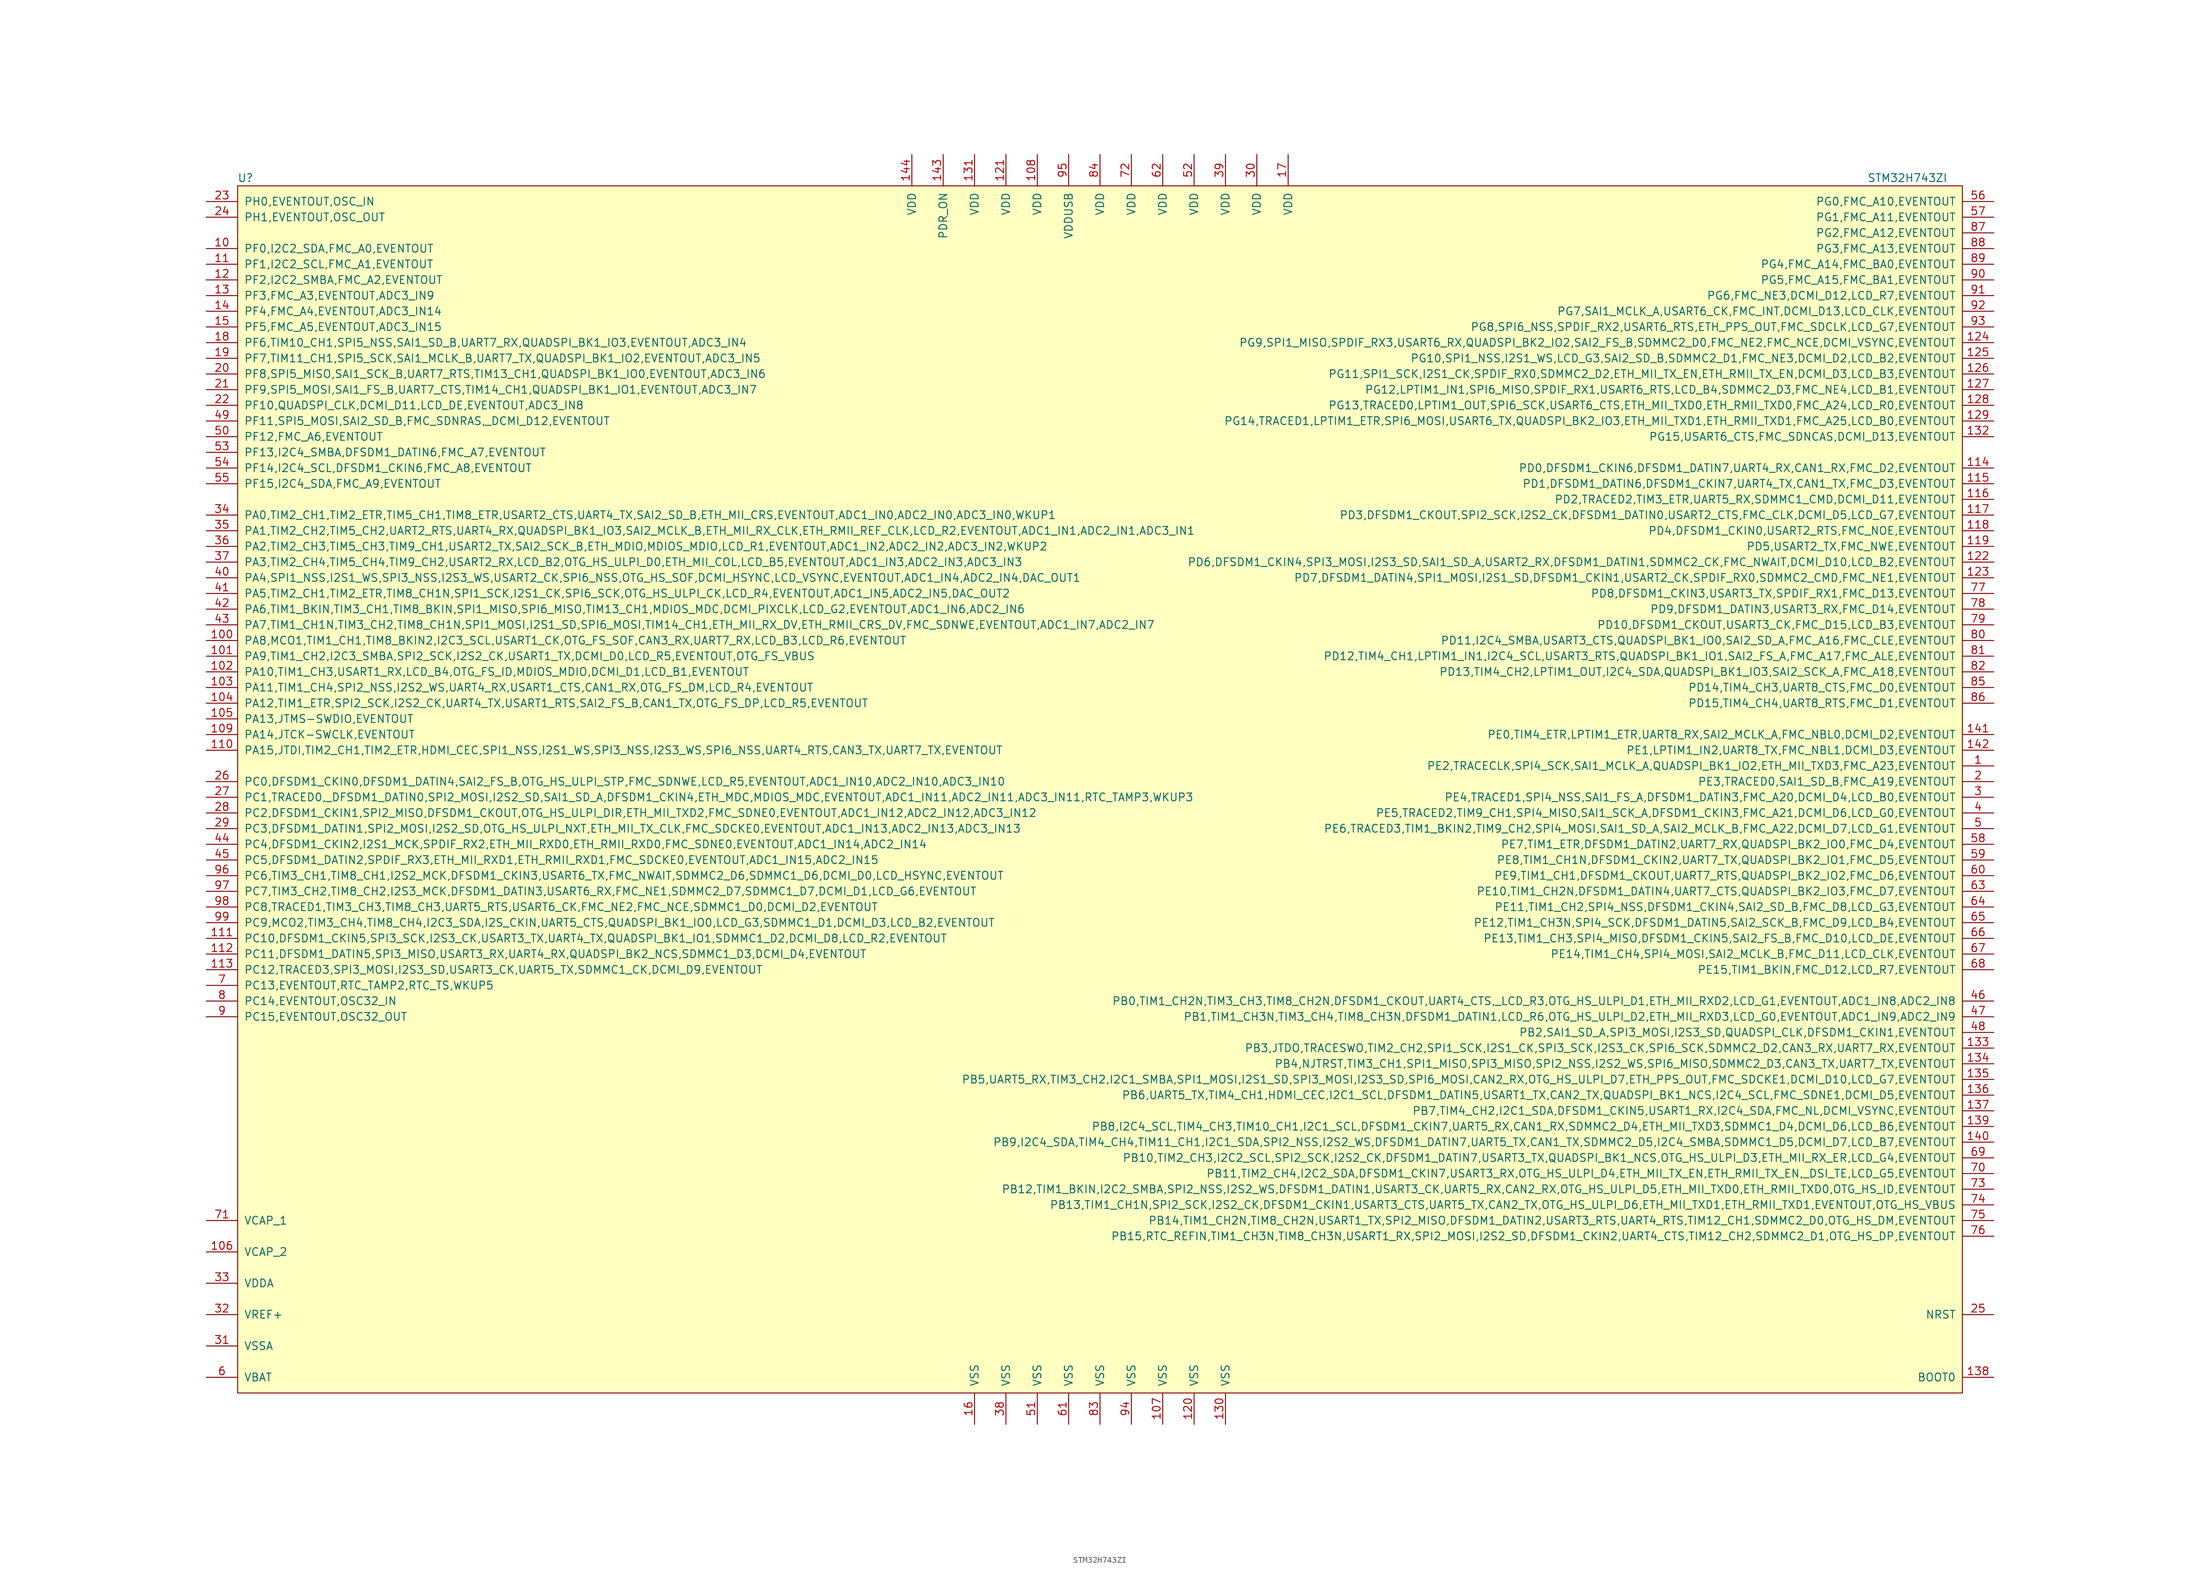
<source format=kicad_sym>
(kicad_symbol_lib
  (version 20211014)
  (generator kicad_symbol_editor)
  (symbol "STM32H743ZI"
    (pin_names
      (offset 1.016))
    (property "Reference" "U"
      (at -138.43 99.06 0)
      (effects (font (size 1.27 1.27))))
    (property "Value" "STM32H743ZI"
      (at 130.81 99.06 0)
      (effects (font (size 1.27 1.27))))
    (symbol "STM32H743ZI_0_0"
      (pin bidirectional line (at 144.78 3.81 180) (length 5.08) (name "PE2,TRACECLK,SPI4_SCK,SAI1_MCLK_A,QUADSPI_BK1_IO2,ETH_MII_TXD3,FMC_A23,EVENTOUT" (effects (font (size 1.27 1.27)))) (number "1" (effects (font (size 1.27 1.27)))))
      (pin bidirectional line (at -144.78 87.63 0) (length 5.08) (name "PF0,I2C2_SDA,FMC_A0,EVENTOUT" (effects (font (size 1.27 1.27)))) (number "10" (effects (font (size 1.27 1.27)))))
      (pin bidirectional line (at -144.78 24.13 0) (length 5.08) (name "PA8,MCO1,TIM1_CH1,TIM8_BKIN2,I2C3_SCL,USART1_CK,OTG_FS_SOF,CAN3_RX,UART7_RX,LCD_B3,LCD_R6,EVENTOUT" (effects (font (size 1.27 1.27)))) (number "100" (effects (font (size 1.27 1.27)))))
      (pin bidirectional line (at -144.78 21.59 0) (length 5.08) (name "PA9,TIM1_CH2,I2C3_SMBA,SPI2_SCK,I2S2_CK,USART1_TX,DCMI_D0,LCD_R5,EVENTOUT,OTG_FS_VBUS" (effects (font (size 1.27 1.27)))) (number "101" (effects (font (size 1.27 1.27)))))
      (pin bidirectional line (at -144.78 19.05 0) (length 5.08) (name "PA10,TIM1_CH3,USART1_RX,LCD_B4,OTG_FS_ID,MDIOS_MDIO,DCMI_D1,LCD_B1,EVENTOUT" (effects (font (size 1.27 1.27)))) (number "102" (effects (font (size 1.27 1.27)))))
      (pin bidirectional line (at -144.78 16.51 0) (length 5.08) (name "PA11,TIM1_CH4,SPI2_NSS,I2S2_WS,UART4_RX,USART1_CTS,CAN1_RX,OTG_FS_DM,LCD_R4,EVENTOUT" (effects (font (size 1.27 1.27)))) (number "103" (effects (font (size 1.27 1.27)))))
      (pin bidirectional line (at -144.78 13.97 0) (length 5.08) (name "PA12,TIM1_ETR,SPI2_SCK,I2S2_CK,UART4_TX,USART1_RTS,SAI2_FS_B,CAN1_TX,OTG_FS_DP,LCD_R5,EVENTOUT" (effects (font (size 1.27 1.27)))) (number "104" (effects (font (size 1.27 1.27)))))
      (pin bidirectional line (at -144.78 11.43 0) (length 5.08) (name "PA13,JTMS-SWDIO,EVENTOUT" (effects (font (size 1.27 1.27)))) (number "105" (effects (font (size 1.27 1.27)))))
      (pin passive line (at -144.78 -74.93 0) (length 5.08) (name "VCAP_2" (effects (font (size 1.27 1.27)))) (number "106" (effects (font (size 1.27 1.27)))))
      (pin passive line (at 10.16 -102.87 90) (length 5.08) (name "VSS" (effects (font (size 1.27 1.27)))) (number "107" (effects (font (size 1.27 1.27)))))
      (pin power_in line (at -10.16 102.87 270) (length 5.08) (name "VDD" (effects (font (size 1.27 1.27)))) (number "108" (effects (font (size 1.27 1.27)))))
      (pin bidirectional line (at -144.78 8.89 0) (length 5.08) (name "PA14,JTCK-SWCLK,EVENTOUT" (effects (font (size 1.27 1.27)))) (number "109" (effects (font (size 1.27 1.27)))))
      (pin bidirectional line (at -144.78 85.09 0) (length 5.08) (name "PF1,I2C2_SCL,FMC_A1,EVENTOUT" (effects (font (size 1.27 1.27)))) (number "11" (effects (font (size 1.27 1.27)))))
      (pin bidirectional line (at -144.78 6.35 0) (length 5.08) (name "PA15,JTDI,TIM2_CH1,TIM2_ETR,HDMI_CEC,SPI1_NSS,I2S1_WS,SPI3_NSS,I2S3_WS,SPI6_NSS,UART4_RTS,CAN3_TX,UART7_TX,EVENTOUT" (effects (font (size 1.27 1.27)))) (number "110" (effects (font (size 1.27 1.27)))))
      (pin bidirectional line (at -144.78 -24.13 0) (length 5.08) (name "PC10,DFSDM1_CKIN5,SPI3_SCK,I2S3_CK,USART3_TX,UART4_TX,QUADSPI_BK1_IO1,SDMMC1_D2,DCMI_D8,LCD_R2,EVENTOUT" (effects (font (size 1.27 1.27)))) (number "111" (effects (font (size 1.27 1.27)))))
      (pin bidirectional line (at -144.78 -26.67 0) (length 5.08) (name "PC11,DFSDM1_DATIN5,SPI3_MISO,USART3_RX,UART4_RX,QUADSPI_BK2_NCS,SDMMC1_D3,DCMI_D4,EVENTOUT" (effects (font (size 1.27 1.27)))) (number "112" (effects (font (size 1.27 1.27)))))
      (pin bidirectional line (at -144.78 -29.21 0) (length 5.08) (name "PC12,TRACED3,SPI3_MOSI,I2S3_SD,USART3_CK,UART5_TX,SDMMC1_CK,DCMI_D9,EVENTOUT" (effects (font (size 1.27 1.27)))) (number "113" (effects (font (size 1.27 1.27)))))
      (pin bidirectional line (at 144.78 52.07 180) (length 5.08) (name "PD0,DFSDM1_CKIN6,DFSDM1_DATIN7,UART4_RX,CAN1_RX,FMC_D2,EVENTOUT" (effects (font (size 1.27 1.27)))) (number "114" (effects (font (size 1.27 1.27)))))
      (pin bidirectional line (at 144.78 49.53 180) (length 5.08) (name "PD1,DFSDM1_DATIN6,DFSDM1_CKIN7,UART4_TX,CAN1_TX,FMC_D3,EVENTOUT" (effects (font (size 1.27 1.27)))) (number "115" (effects (font (size 1.27 1.27)))))
      (pin bidirectional line (at 144.78 46.99 180) (length 5.08) (name "PD2,TRACED2,TIM3_ETR,UART5_RX,SDMMC1_CMD,DCMI_D11,EVENTOUT" (effects (font (size 1.27 1.27)))) (number "116" (effects (font (size 1.27 1.27)))))
      (pin bidirectional line (at 144.78 44.45 180) (length 5.08) (name "PD3,DFSDM1_CKOUT,SPI2_SCK,I2S2_CK,DFSDM1_DATIN0,USART2_CTS,FMC_CLK,DCMI_D5,LCD_G7,EVENTOUT" (effects (font (size 1.27 1.27)))) (number "117" (effects (font (size 1.27 1.27)))))
      (pin bidirectional line (at 144.78 41.91 180) (length 5.08) (name "PD4,DFSDM1_CKIN0,USART2_RTS,FMC_NOE,EVENTOUT" (effects (font (size 1.27 1.27)))) (number "118" (effects (font (size 1.27 1.27)))))
      (pin bidirectional line (at 144.78 39.37 180) (length 5.08) (name "PD5,USART2_TX,FMC_NWE,EVENTOUT" (effects (font (size 1.27 1.27)))) (number "119" (effects (font (size 1.27 1.27)))))
      (pin bidirectional line (at -144.78 82.55 0) (length 5.08) (name "PF2,I2C2_SMBA,FMC_A2,EVENTOUT" (effects (font (size 1.27 1.27)))) (number "12" (effects (font (size 1.27 1.27)))))
      (pin passive line (at 15.24 -102.87 90) (length 5.08) (name "VSS" (effects (font (size 1.27 1.27)))) (number "120" (effects (font (size 1.27 1.27)))))
      (pin power_in line (at -15.24 102.87 270) (length 5.08) (name "VDD" (effects (font (size 1.27 1.27)))) (number "121" (effects (font (size 1.27 1.27)))))
      (pin bidirectional line (at 144.78 36.83 180) (length 5.08) (name "PD6,DFSDM1_CKIN4,SPI3_MOSI,I2S3_SD,SAI1_SD_A,USART2_RX,DFSDM1_DATIN1,SDMMC2_CK,FMC_NWAIT,DCMI_D10,LCD_B2,EVENTOUT" (effects (font (size 1.27 1.27)))) (number "122" (effects (font (size 1.27 1.27)))))
      (pin bidirectional line (at 144.78 34.29 180) (length 5.08) (name "PD7,DFSDM1_DATIN4,SPI1_MOSI,I2S1_SD,DFSDM1_CKIN1,USART2_CK,SPDIF_RX0,SDMMC2_CMD,FMC_NE1,EVENTOUT" (effects (font (size 1.27 1.27)))) (number "123" (effects (font (size 1.27 1.27)))))
      (pin bidirectional line (at 144.78 72.39 180) (length 5.08) (name "PG9,SPI1_MISO,SPDIF_RX3,USART6_RX,QUADSPI_BK2_IO2,SAI2_FS_B,SDMMC2_D0,FMC_NE2,FMC_NCE,DCMI_VSYNC,EVENTOUT" (effects (font (size 1.27 1.27)))) (number "124" (effects (font (size 1.27 1.27)))))
      (pin bidirectional line (at 144.78 69.85 180) (length 5.08) (name "PG10,SPI1_NSS,I2S1_WS,LCD_G3,SAI2_SD_B,SDMMC2_D1,FMC_NE3,DCMI_D2,LCD_B2,EVENTOUT" (effects (font (size 1.27 1.27)))) (number "125" (effects (font (size 1.27 1.27)))))
      (pin bidirectional line (at 144.78 67.31 180) (length 5.08) (name "PG11,SPI1_SCK,I2S1_CK,SPDIF_RX0,SDMMC2_D2,ETH_MII_TX_EN,ETH_RMII_TX_EN,DCMI_D3,LCD_B3,EVENTOUT" (effects (font (size 1.27 1.27)))) (number "126" (effects (font (size 1.27 1.27)))))
      (pin bidirectional line (at 144.78 64.77 180) (length 5.08) (name "PG12,LPTIM1_IN1,SPI6_MISO,SPDIF_RX1,USART6_RTS,LCD_B4,SDMMC2_D3,FMC_NE4,LCD_B1,EVENTOUT" (effects (font (size 1.27 1.27)))) (number "127" (effects (font (size 1.27 1.27)))))
      (pin bidirectional line (at 144.78 62.23 180) (length 5.08) (name "PG13,TRACED0,LPTIM1_OUT,SPI6_SCK,USART6_CTS,ETH_MII_TXD0,ETH_RMII_TXD0,FMC_A24,LCD_R0,EVENTOUT" (effects (font (size 1.27 1.27)))) (number "128" (effects (font (size 1.27 1.27)))))
      (pin bidirectional line (at 144.78 59.69 180) (length 5.08) (name "PG14,TRACED1,LPTIM1_ETR,SPI6_MOSI,USART6_TX,QUADSPI_BK2_IO3,ETH_MII_TXD1,ETH_RMII_TXD1,FMC_A25,LCD_B0,EVENTOUT" (effects (font (size 1.27 1.27)))) (number "129" (effects (font (size 1.27 1.27)))))
      (pin bidirectional line (at -144.78 80.01 0) (length 5.08) (name "PF3,FMC_A3,EVENTOUT,ADC3_IN9" (effects (font (size 1.27 1.27)))) (number "13" (effects (font (size 1.27 1.27)))))
      (pin passive line (at 20.32 -102.87 90) (length 5.08) (name "VSS" (effects (font (size 1.27 1.27)))) (number "130" (effects (font (size 1.27 1.27)))))
      (pin power_in line (at -20.32 102.87 270) (length 5.08) (name "VDD" (effects (font (size 1.27 1.27)))) (number "131" (effects (font (size 1.27 1.27)))))
      (pin bidirectional line (at 144.78 57.15 180) (length 5.08) (name "PG15,USART6_CTS,FMC_SDNCAS,DCMI_D13,EVENTOUT" (effects (font (size 1.27 1.27)))) (number "132" (effects (font (size 1.27 1.27)))))
      (pin bidirectional line (at 144.78 -41.91 180) (length 5.08) (name "PB3,JTDO,TRACESWO,TIM2_CH2,SPI1_SCK,I2S1_CK,SPI3_SCK,I2S3_CK,SPI6_SCK,SDMMC2_D2,CAN3_RX,UART7_RX,EVENTOUT" (effects (font (size 1.27 1.27)))) (number "133" (effects (font (size 1.27 1.27)))))
      (pin bidirectional line (at 144.78 -44.45 180) (length 5.08) (name "PB4,NJTRST,TIM3_CH1,SPI1_MISO,SPI3_MISO,SPI2_NSS,I2S2_WS,SPI6_MISO,SDMMC2_D3,CAN3_TX,UART7_TX,EVENTOUT" (effects (font (size 1.27 1.27)))) (number "134" (effects (font (size 1.27 1.27)))))
      (pin bidirectional line (at 144.78 -46.99 180) (length 5.08) (name "PB5,UART5_RX,TIM3_CH2,I2C1_SMBA,SPI1_MOSI,I2S1_SD,SPI3_MOSI,I2S3_SD,SPI6_MOSI,CAN2_RX,OTG_HS_ULPI_D7,ETH_PPS_OUT,FMC_SDCKE1,DCMI_D10,LCD_G7,EVENTOUT" (effects (font (size 1.27 1.27)))) (number "135" (effects (font (size 1.27 1.27)))))
      (pin bidirectional line (at 144.78 -49.53 180) (length 5.08) (name "PB6,UART5_TX,TIM4_CH1,HDMI_CEC,I2C1_SCL,DFSDM1_DATIN5,USART1_TX,CAN2_TX,QUADSPI_BK1_NCS,I2C4_SCL,FMC_SDNE1,DCMI_D5,EVENTOUT" (effects (font (size 1.27 1.27)))) (number "136" (effects (font (size 1.27 1.27)))))
      (pin bidirectional line (at 144.78 -52.07 180) (length 5.08) (name "PB7,TIM4_CH2,I2C1_SDA,DFSDM1_CKIN5,USART1_RX,I2C4_SDA,FMC_NL,DCMI_VSYNC,EVENTOUT" (effects (font (size 1.27 1.27)))) (number "137" (effects (font (size 1.27 1.27)))))
      (pin input line (at 144.78 -95.25 180) (length 5.08) (name "BOOT0" (effects (font (size 1.27 1.27)))) (number "138" (effects (font (size 1.27 1.27)))))
      (pin bidirectional line (at 144.78 -54.61 180) (length 5.08) (name "PB8,I2C4_SCL,TIM4_CH3,TIM10_CH1,I2C1_SCL,DFSDM1_CKIN7,UART5_RX,CAN1_RX,SDMMC2_D4,ETH_MII_TXD3,SDMMC1_D4,DCMI_D6,LCD_B6,EVENTOUT" (effects (font (size 1.27 1.27)))) (number "139" (effects (font (size 1.27 1.27)))))
      (pin bidirectional line (at -144.78 77.47 0) (length 5.08) (name "PF4,FMC_A4,EVENTOUT,ADC3_IN14" (effects (font (size 1.27 1.27)))) (number "14" (effects (font (size 1.27 1.27)))))
      (pin bidirectional line (at 144.78 -57.15 180) (length 5.08) (name "PB9,I2C4_SDA,TIM4_CH4,TIM11_CH1,I2C1_SDA,SPI2_NSS,I2S2_WS,DFSDM1_DATIN7,UART5_TX,CAN1_TX,SDMMC2_D5,I2C4_SMBA,SDMMC1_D5,DCMI_D7,LCD_B7,EVENTOUT" (effects (font (size 1.27 1.27)))) (number "140" (effects (font (size 1.27 1.27)))))
      (pin bidirectional line (at 144.78 8.89 180) (length 5.08) (name "PE0,TIM4_ETR,LPTIM1_ETR,UART8_RX,SAI2_MCLK_A,FMC_NBL0,DCMI_D2,EVENTOUT" (effects (font (size 1.27 1.27)))) (number "141" (effects (font (size 1.27 1.27)))))
      (pin bidirectional line (at 144.78 6.35 180) (length 5.08) (name "PE1,LPTIM1_IN2,UART8_TX,FMC_NBL1,DCMI_D3,EVENTOUT" (effects (font (size 1.27 1.27)))) (number "142" (effects (font (size 1.27 1.27)))))
      (pin passive line (at -25.4 102.87 270) (length 5.08) (name "PDR_ON" (effects (font (size 1.27 1.27)))) (number "143" (effects (font (size 1.27 1.27)))))
      (pin power_in line (at -30.48 102.87 270) (length 5.08) (name "VDD" (effects (font (size 1.27 1.27)))) (number "144" (effects (font (size 1.27 1.27)))))
      (pin bidirectional line (at -144.78 74.93 0) (length 5.08) (name "PF5,FMC_A5,EVENTOUT,ADC3_IN15" (effects (font (size 1.27 1.27)))) (number "15" (effects (font (size 1.27 1.27)))))
      (pin passive line (at -20.32 -102.87 90) (length 5.08) (name "VSS" (effects (font (size 1.27 1.27)))) (number "16" (effects (font (size 1.27 1.27)))))
      (pin power_in line (at 30.48 102.87 270) (length 5.08) (name "VDD" (effects (font (size 1.27 1.27)))) (number "17" (effects (font (size 1.27 1.27)))))
      (pin bidirectional line (at -144.78 72.39 0) (length 5.08) (name "PF6,TIM10_CH1,SPI5_NSS,SAI1_SD_B,UART7_RX,QUADSPI_BK1_IO3,EVENTOUT,ADC3_IN4" (effects (font (size 1.27 1.27)))) (number "18" (effects (font (size 1.27 1.27)))))
      (pin bidirectional line (at -144.78 69.85 0) (length 5.08) (name "PF7,TIM11_CH1,SPI5_SCK,SAI1_MCLK_B,UART7_TX,QUADSPI_BK1_IO2,EVENTOUT,ADC3_IN5" (effects (font (size 1.27 1.27)))) (number "19" (effects (font (size 1.27 1.27)))))
      (pin bidirectional line (at 144.78 1.27 180) (length 5.08) (name "PE3,TRACED0,SAI1_SD_B,FMC_A19,EVENTOUT" (effects (font (size 1.27 1.27)))) (number "2" (effects (font (size 1.27 1.27)))))
      (pin bidirectional line (at -144.78 67.31 0) (length 5.08) (name "PF8,SPI5_MISO,SAI1_SCK_B,UART7_RTS,TIM13_CH1,QUADSPI_BK1_IO0,EVENTOUT,ADC3_IN6" (effects (font (size 1.27 1.27)))) (number "20" (effects (font (size 1.27 1.27)))))
      (pin bidirectional line (at -144.78 64.77 0) (length 5.08) (name "PF9,SPI5_MOSI,SAI1_FS_B,UART7_CTS,TIM14_CH1,QUADSPI_BK1_IO1,EVENTOUT,ADC3_IN7" (effects (font (size 1.27 1.27)))) (number "21" (effects (font (size 1.27 1.27)))))
      (pin bidirectional line (at -144.78 62.23 0) (length 5.08) (name "PF10,QUADSPI_CLK,DCMI_D11,LCD_DE,EVENTOUT,ADC3_IN8" (effects (font (size 1.27 1.27)))) (number "22" (effects (font (size 1.27 1.27)))))
      (pin bidirectional line (at -144.78 95.25 0) (length 5.08) (name "PH0,EVENTOUT,OSC_IN" (effects (font (size 1.27 1.27)))) (number "23" (effects (font (size 1.27 1.27)))))
      (pin bidirectional line (at -144.78 92.71 0) (length 5.08) (name "PH1,EVENTOUT,OSC_OUT" (effects (font (size 1.27 1.27)))) (number "24" (effects (font (size 1.27 1.27)))))
      (pin input line (at 144.78 -85.09 180) (length 5.08) (name "NRST" (effects (font (size 1.27 1.27)))) (number "25" (effects (font (size 1.27 1.27)))))
      (pin bidirectional line (at -144.78 1.27 0) (length 5.08) (name "PC0,DFSDM1_CKIN0,DFSDM1_DATIN4,SAI2_FS_B,OTG_HS_ULPI_STP,FMC_SDNWE,LCD_R5,EVENTOUT,ADC1_IN10,ADC2_IN10,ADC3_IN10" (effects (font (size 1.27 1.27)))) (number "26" (effects (font (size 1.27 1.27)))))
      (pin bidirectional line (at -144.78 -1.27 0) (length 5.08) (name "PC1,TRACED0,_DFSDM1_DATIN0,SPI2_MOSI,I2S2_SD,SAI1_SD_A,DFSDM1_CKIN4,ETH_MDC,MDIOS_MDC,EVENTOUT,ADC1_IN11,ADC2_IN11,ADC3_IN11,RTC_TAMP3,WKUP3" (effects (font (size 1.27 1.27)))) (number "27" (effects (font (size 1.27 1.27)))))
      (pin bidirectional line (at -144.78 -3.81 0) (length 5.08) (name "PC2,DFSDM1_CKIN1,SPI2_MISO,DFSDM1_CKOUT,OTG_HS_ULPI_DIR,ETH_MII_TXD2,FMC_SDNE0,EVENTOUT,ADC1_IN12,ADC2_IN12,ADC3_IN12" (effects (font (size 1.27 1.27)))) (number "28" (effects (font (size 1.27 1.27)))))
      (pin bidirectional line (at -144.78 -6.35 0) (length 5.08) (name "PC3,DFSDM1_DATIN1,SPI2_MOSI,I2S2_SD,OTG_HS_ULPI_NXT,ETH_MII_TX_CLK,FMC_SDCKE0,EVENTOUT,ADC1_IN13,ADC2_IN13,ADC3_IN13" (effects (font (size 1.27 1.27)))) (number "29" (effects (font (size 1.27 1.27)))))
      (pin bidirectional line (at 144.78 -1.27 180) (length 5.08) (name "PE4,TRACED1,SPI4_NSS,SAI1_FS_A,DFSDM1_DATIN3,FMC_A20,DCMI_D4,LCD_B0,EVENTOUT" (effects (font (size 1.27 1.27)))) (number "3" (effects (font (size 1.27 1.27)))))
      (pin power_in line (at 25.4 102.87 270) (length 5.08) (name "VDD" (effects (font (size 1.27 1.27)))) (number "30" (effects (font (size 1.27 1.27)))))
      (pin passive line (at -144.78 -90.17 0) (length 5.08) (name "VSSA" (effects (font (size 1.27 1.27)))) (number "31" (effects (font (size 1.27 1.27)))))
      (pin passive line (at -144.78 -85.09 0) (length 5.08) (name "VREF+" (effects (font (size 1.27 1.27)))) (number "32" (effects (font (size 1.27 1.27)))))
      (pin passive line (at -144.78 -80.01 0) (length 5.08) (name "VDDA" (effects (font (size 1.27 1.27)))) (number "33" (effects (font (size 1.27 1.27)))))
      (pin bidirectional line (at -144.78 44.45 0) (length 5.08) (name "PA0,TIM2_CH1,TIM2_ETR,TIM5_CH1,TIM8_ETR,USART2_CTS,UART4_TX,SAI2_SD_B,ETH_MII_CRS,EVENTOUT,ADC1_IN0,ADC2_IN0,ADC3_IN0,WKUP1" (effects (font (size 1.27 1.27)))) (number "34" (effects (font (size 1.27 1.27)))))
      (pin bidirectional line (at -144.78 41.91 0) (length 5.08) (name "PA1,TIM2_CH2,TIM5_CH2,UART2_RTS,UART4_RX,QUADSPI_BK1_IO3,SAI2_MCLK_B,ETH_MII_RX_CLK,ETH_RMII_REF_CLK,LCD_R2,EVENTOUT,ADC1_IN1,ADC2_IN1,ADC3_IN1" (effects (font (size 1.27 1.27)))) (number "35" (effects (font (size 1.27 1.27)))))
      (pin bidirectional line (at -144.78 39.37 0) (length 5.08) (name "PA2,TIM2_CH3,TIM5_CH3,TIM9_CH1,USART2_TX,SAI2_SCK_B,ETH_MDIO,MDIOS_MDIO,LCD_R1,EVENTOUT,ADC1_IN2,ADC2_IN2,ADC3_IN2,WKUP2" (effects (font (size 1.27 1.27)))) (number "36" (effects (font (size 1.27 1.27)))))
      (pin bidirectional line (at -144.78 36.83 0) (length 5.08) (name "PA3,TIM2_CH4,TIM5_CH4,TIM9_CH2,USART2_RX,LCD_B2,OTG_HS_ULPI_D0,ETH_MII_COL,LCD_B5,EVENTOUT,ADC1_IN3,ADC2_IN3,ADC3_IN3" (effects (font (size 1.27 1.27)))) (number "37" (effects (font (size 1.27 1.27)))))
      (pin passive line (at -15.24 -102.87 90) (length 5.08) (name "VSS" (effects (font (size 1.27 1.27)))) (number "38" (effects (font (size 1.27 1.27)))))
      (pin power_in line (at 20.32 102.87 270) (length 5.08) (name "VDD" (effects (font (size 1.27 1.27)))) (number "39" (effects (font (size 1.27 1.27)))))
      (pin bidirectional line (at 144.78 -3.81 180) (length 5.08) (name "PE5,TRACED2,TIM9_CH1,SPI4_MISO,SAI1_SCK_A,DFSDM1_CKIN3,FMC_A21,DCMI_D6,LCD_G0,EVENTOUT" (effects (font (size 1.27 1.27)))) (number "4" (effects (font (size 1.27 1.27)))))
      (pin bidirectional line (at -144.78 34.29 0) (length 5.08) (name "PA4,SPI1_NSS,I2S1_WS,SPI3_NSS,I2S3_WS,USART2_CK,SPI6_NSS,OTG_HS_SOF,DCMI_HSYNC,LCD_VSYNC,EVENTOUT,ADC1_IN4,ADC2_IN4,DAC_OUT1" (effects (font (size 1.27 1.27)))) (number "40" (effects (font (size 1.27 1.27)))))
      (pin bidirectional line (at -144.78 31.75 0) (length 5.08) (name "PA5,TIM2_CH1,TIM2_ETR,TIM8_CH1N,SPI1_SCK,I2S1_CK,SPI6_SCK,OTG_HS_ULPI_CK,LCD_R4,EVENTOUT,ADC1_IN5,ADC2_IN5,DAC_OUT2" (effects (font (size 1.27 1.27)))) (number "41" (effects (font (size 1.27 1.27)))))
      (pin bidirectional line (at -144.78 29.21 0) (length 5.08) (name "PA6,TIM1_BKIN,TIM3_CH1,TIM8_BKIN,SPI1_MISO,SPI6_MISO,TIM13_CH1,MDIOS_MDC,DCMI_PIXCLK,LCD_G2,EVENTOUT,ADC1_IN6,ADC2_IN6" (effects (font (size 1.27 1.27)))) (number "42" (effects (font (size 1.27 1.27)))))
      (pin bidirectional line (at -144.78 26.67 0) (length 5.08) (name "PA7,TIM1_CH1N,TIM3_CH2,TIM8_CH1N,SPI1_MOSI,I2S1_SD,SPI6_MOSI,TIM14_CH1,ETH_MII_RX_DV,ETH_RMII_CRS_DV,FMC_SDNWE,EVENTOUT,ADC1_IN7,ADC2_IN7" (effects (font (size 1.27 1.27)))) (number "43" (effects (font (size 1.27 1.27)))))
      (pin bidirectional line (at -144.78 -8.89 0) (length 5.08) (name "PC4,DFSDM1_CKIN2,I2S1_MCK,SPDIF_RX2,ETH_MII_RXD0,ETH_RMII_RXD0,FMC_SDNE0,EVENTOUT,ADC1_IN14,ADC2_IN14" (effects (font (size 1.27 1.27)))) (number "44" (effects (font (size 1.27 1.27)))))
      (pin bidirectional line (at -144.78 -11.43 0) (length 5.08) (name "PC5,DFSDM1_DATIN2,SPDIF_RX3,ETH_MII_RXD1,ETH_RMII_RXD1,FMC_SDCKE0,EVENTOUT,ADC1_IN15,ADC2_IN15" (effects (font (size 1.27 1.27)))) (number "45" (effects (font (size 1.27 1.27)))))
      (pin bidirectional line (at 144.78 -34.29 180) (length 5.08) (name "PB0,TIM1_CH2N,TIM3_CH3,TIM8_CH2N,DFSDM1_CKOUT,UART4_CTS,_LCD_R3,OTG_HS_ULPI_D1,ETH_MII_RXD2,LCD_G1,EVENTOUT,ADC1_IN8,ADC2_IN8" (effects (font (size 1.27 1.27)))) (number "46" (effects (font (size 1.27 1.27)))))
      (pin bidirectional line (at 144.78 -36.83 180) (length 5.08) (name "PB1,TIM1_CH3N,TIM3_CH4,TIM8_CH3N,DFSDM1_DATIN1,LCD_R6,OTG_HS_ULPI_D2,ETH_MII_RXD3,LCD_G0,EVENTOUT,ADC1_IN9,ADC2_IN9" (effects (font (size 1.27 1.27)))) (number "47" (effects (font (size 1.27 1.27)))))
      (pin bidirectional line (at 144.78 -39.37 180) (length 5.08) (name "PB2,SAI1_SD_A,SPI3_MOSI,I2S3_SD,QUADSPI_CLK,DFSDM1_CKIN1,EVENTOUT" (effects (font (size 1.27 1.27)))) (number "48" (effects (font (size 1.27 1.27)))))
      (pin bidirectional line (at -144.78 59.69 0) (length 5.08) (name "PF11,SPI5_MOSI,SAI2_SD_B,FMC_SDNRAS,_DCMI_D12,EVENTOUT" (effects (font (size 1.27 1.27)))) (number "49" (effects (font (size 1.27 1.27)))))
      (pin bidirectional line (at 144.78 -6.35 180) (length 5.08) (name "PE6,TRACED3,TIM1_BKIN2,TIM9_CH2,SPI4_MOSI,SAI1_SD_A,SAI2_MCLK_B,FMC_A22,DCMI_D7,LCD_G1,EVENTOUT" (effects (font (size 1.27 1.27)))) (number "5" (effects (font (size 1.27 1.27)))))
      (pin bidirectional line (at -144.78 57.15 0) (length 5.08) (name "PF12,FMC_A6,EVENTOUT" (effects (font (size 1.27 1.27)))) (number "50" (effects (font (size 1.27 1.27)))))
      (pin passive line (at -10.16 -102.87 90) (length 5.08) (name "VSS" (effects (font (size 1.27 1.27)))) (number "51" (effects (font (size 1.27 1.27)))))
      (pin power_in line (at 15.24 102.87 270) (length 5.08) (name "VDD" (effects (font (size 1.27 1.27)))) (number "52" (effects (font (size 1.27 1.27)))))
      (pin bidirectional line (at -144.78 54.61 0) (length 5.08) (name "PF13,I2C4_SMBA,DFSDM1_DATIN6,FMC_A7,EVENTOUT" (effects (font (size 1.27 1.27)))) (number "53" (effects (font (size 1.27 1.27)))))
      (pin bidirectional line (at -144.78 52.07 0) (length 5.08) (name "PF14,I2C4_SCL,DFSDM1_CKIN6,FMC_A8,EVENTOUT" (effects (font (size 1.27 1.27)))) (number "54" (effects (font (size 1.27 1.27)))))
      (pin bidirectional line (at -144.78 49.53 0) (length 5.08) (name "PF15,I2C4_SDA,FMC_A9,EVENTOUT" (effects (font (size 1.27 1.27)))) (number "55" (effects (font (size 1.27 1.27)))))
      (pin bidirectional line (at 144.78 95.25 180) (length 5.08) (name "PG0,FMC_A10,EVENTOUT" (effects (font (size 1.27 1.27)))) (number "56" (effects (font (size 1.27 1.27)))))
      (pin bidirectional line (at 144.78 92.71 180) (length 5.08) (name "PG1,FMC_A11,EVENTOUT" (effects (font (size 1.27 1.27)))) (number "57" (effects (font (size 1.27 1.27)))))
      (pin bidirectional line (at 144.78 -8.89 180) (length 5.08) (name "PE7,TIM1_ETR,DFSDM1_DATIN2,UART7_RX,QUADSPI_BK2_IO0,FMC_D4,EVENTOUT" (effects (font (size 1.27 1.27)))) (number "58" (effects (font (size 1.27 1.27)))))
      (pin bidirectional line (at 144.78 -11.43 180) (length 5.08) (name "PE8,TIM1_CH1N,DFSDM1_CKIN2,UART7_TX,QUADSPI_BK2_IO1,FMC_D5,EVENTOUT" (effects (font (size 1.27 1.27)))) (number "59" (effects (font (size 1.27 1.27)))))
      (pin passive line (at -144.78 -95.25 0) (length 5.08) (name "VBAT" (effects (font (size 1.27 1.27)))) (number "6" (effects (font (size 1.27 1.27)))))
      (pin bidirectional line (at 144.78 -13.97 180) (length 5.08) (name "PE9,TIM1_CH1,DFSDM1_CKOUT,UART7_RTS,QUADSPI_BK2_IO2,FMC_D6,EVENTOUT" (effects (font (size 1.27 1.27)))) (number "60" (effects (font (size 1.27 1.27)))))
      (pin passive line (at -5.08 -102.87 90) (length 5.08) (name "VSS" (effects (font (size 1.27 1.27)))) (number "61" (effects (font (size 1.27 1.27)))))
      (pin power_in line (at 10.16 102.87 270) (length 5.08) (name "VDD" (effects (font (size 1.27 1.27)))) (number "62" (effects (font (size 1.27 1.27)))))
      (pin bidirectional line (at 144.78 -16.51 180) (length 5.08) (name "PE10,TIM1_CH2N,DFSDM1_DATIN4,UART7_CTS,QUADSPI_BK2_IO3,FMC_D7,EVENTOUT" (effects (font (size 1.27 1.27)))) (number "63" (effects (font (size 1.27 1.27)))))
      (pin bidirectional line (at 144.78 -19.05 180) (length 5.08) (name "PE11,TIM1_CH2,SPI4_NSS,DFSDM1_CKIN4,SAI2_SD_B,FMC_D8,LCD_G3,EVENTOUT" (effects (font (size 1.27 1.27)))) (number "64" (effects (font (size 1.27 1.27)))))
      (pin bidirectional line (at 144.78 -21.59 180) (length 5.08) (name "PE12,TIM1_CH3N,SPI4_SCK,DFSDM1_DATIN5,SAI2_SCK_B,FMC_D9,LCD_B4,EVENTOUT" (effects (font (size 1.27 1.27)))) (number "65" (effects (font (size 1.27 1.27)))))
      (pin bidirectional line (at 144.78 -24.13 180) (length 5.08) (name "PE13,TIM1_CH3,SPI4_MISO,DFSDM1_CKIN5,SAI2_FS_B,FMC_D10,LCD_DE,EVENTOUT" (effects (font (size 1.27 1.27)))) (number "66" (effects (font (size 1.27 1.27)))))
      (pin bidirectional line (at 144.78 -26.67 180) (length 5.08) (name "PE14,TIM1_CH4,SPI4_MOSI,SAI2_MCLK_B,FMC_D11,LCD_CLK,EVENTOUT" (effects (font (size 1.27 1.27)))) (number "67" (effects (font (size 1.27 1.27)))))
      (pin bidirectional line (at 144.78 -29.21 180) (length 5.08) (name "PE15,TIM1_BKIN,FMC_D12,LCD_R7,EVENTOUT" (effects (font (size 1.27 1.27)))) (number "68" (effects (font (size 1.27 1.27)))))
      (pin bidirectional line (at 144.78 -59.69 180) (length 5.08) (name "PB10,TIM2_CH3,I2C2_SCL,SPI2_SCK,I2S2_CK,DFSDM1_DATIN7,USART3_TX,QUADSPI_BK1_NCS,OTG_HS_ULPI_D3,ETH_MII_RX_ER,LCD_G4,EVENTOUT" (effects (font (size 1.27 1.27)))) (number "69" (effects (font (size 1.27 1.27)))))
      (pin bidirectional line (at -144.78 -31.75 0) (length 5.08) (name "PC13,EVENTOUT,RTC_TAMP2,RTC_TS,WKUP5" (effects (font (size 1.27 1.27)))) (number "7" (effects (font (size 1.27 1.27)))))
      (pin bidirectional line (at 144.78 -62.23 180) (length 5.08) (name "PB11,TIM2_CH4,I2C2_SDA,DFSDM1_CKIN7,USART3_RX,OTG_HS_ULPI_D4,ETH_MII_TX_EN,ETH_RMII_TX_EN,_DSI_TE,LCD_G5,EVENTOUT" (effects (font (size 1.27 1.27)))) (number "70" (effects (font (size 1.27 1.27)))))
      (pin passive line (at -144.78 -69.85 0) (length 5.08) (name "VCAP_1" (effects (font (size 1.27 1.27)))) (number "71" (effects (font (size 1.27 1.27)))))
      (pin power_in line (at 5.08 102.87 270) (length 5.08) (name "VDD" (effects (font (size 1.27 1.27)))) (number "72" (effects (font (size 1.27 1.27)))))
      (pin bidirectional line (at 144.78 -64.77 180) (length 5.08) (name "PB12,TIM1_BKIN,I2C2_SMBA,SPI2_NSS,I2S2_WS,DFSDM1_DATIN1,USART3_CK,UART5_RX,CAN2_RX,OTG_HS_ULPI_D5,ETH_MII_TXD0,ETH_RMII_TXD0,OTG_HS_ID,EVENTOUT" (effects (font (size 1.27 1.27)))) (number "73" (effects (font (size 1.27 1.27)))))
      (pin bidirectional line (at 144.78 -67.31 180) (length 5.08) (name "PB13,TIM1_CH1N,SPI2_SCK,I2S2_CK,DFSDM1_CKIN1,USART3_CTS,UART5_TX,CAN2_TX,OTG_HS_ULPI_D6,ETH_MII_TXD1,ETH_RMII_TXD1,EVENTOUT,OTG_HS_VBUS" (effects (font (size 1.27 1.27)))) (number "74" (effects (font (size 1.27 1.27)))))
      (pin bidirectional line (at 144.78 -69.85 180) (length 5.08) (name "PB14,TIM1_CH2N,TIM8_CH2N,USART1_TX,SPI2_MISO,DFSDM1_DATIN2,USART3_RTS,UART4_RTS,TIM12_CH1,SDMMC2_D0,OTG_HS_DM,EVENTOUT" (effects (font (size 1.27 1.27)))) (number "75" (effects (font (size 1.27 1.27)))))
      (pin bidirectional line (at 144.78 -72.39 180) (length 5.08) (name "PB15,RTC_REFIN,TIM1_CH3N,TIM8_CH3N,USART1_RX,SPI2_MOSI,I2S2_SD,DFSDM1_CKIN2,UART4_CTS,TIM12_CH2,SDMMC2_D1,OTG_HS_DP,EVENTOUT" (effects (font (size 1.27 1.27)))) (number "76" (effects (font (size 1.27 1.27)))))
      (pin bidirectional line (at 144.78 31.75 180) (length 5.08) (name "PD8,DFSDM1_CKIN3,USART3_TX,SPDIF_RX1,FMC_D13,EVENTOUT" (effects (font (size 1.27 1.27)))) (number "77" (effects (font (size 1.27 1.27)))))
      (pin bidirectional line (at 144.78 29.21 180) (length 5.08) (name "PD9,DFSDM1_DATIN3,USART3_RX,FMC_D14,EVENTOUT" (effects (font (size 1.27 1.27)))) (number "78" (effects (font (size 1.27 1.27)))))
      (pin bidirectional line (at 144.78 26.67 180) (length 5.08) (name "PD10,DFSDM1_CKOUT,USART3_CK,FMC_D15,LCD_B3,EVENTOUT" (effects (font (size 1.27 1.27)))) (number "79" (effects (font (size 1.27 1.27)))))
      (pin bidirectional line (at -144.78 -34.29 0) (length 5.08) (name "PC14,EVENTOUT,OSC32_IN" (effects (font (size 1.27 1.27)))) (number "8" (effects (font (size 1.27 1.27)))))
      (pin bidirectional line (at 144.78 24.13 180) (length 5.08) (name "PD11,I2C4_SMBA,USART3_CTS,QUADSPI_BK1_IO0,SAI2_SD_A,FMC_A16,FMC_CLE,EVENTOUT" (effects (font (size 1.27 1.27)))) (number "80" (effects (font (size 1.27 1.27)))))
      (pin bidirectional line (at 144.78 21.59 180) (length 5.08) (name "PD12,TIM4_CH1,LPTIM1_IN1,I2C4_SCL,USART3_RTS,QUADSPI_BK1_IO1,SAI2_FS_A,FMC_A17,FMC_ALE,EVENTOUT" (effects (font (size 1.27 1.27)))) (number "81" (effects (font (size 1.27 1.27)))))
      (pin bidirectional line (at 144.78 19.05 180) (length 5.08) (name "PD13,TIM4_CH2,LPTIM1_OUT,I2C4_SDA,QUADSPI_BK1_IO3,SAI2_SCK_A,FMC_A18,EVENTOUT" (effects (font (size 1.27 1.27)))) (number "82" (effects (font (size 1.27 1.27)))))
      (pin passive line (at 0 -102.87 90) (length 5.08) (name "VSS" (effects (font (size 1.27 1.27)))) (number "83" (effects (font (size 1.27 1.27)))))
      (pin power_in line (at 0 102.87 270) (length 5.08) (name "VDD" (effects (font (size 1.27 1.27)))) (number "84" (effects (font (size 1.27 1.27)))))
      (pin bidirectional line (at 144.78 16.51 180) (length 5.08) (name "PD14,TIM4_CH3,UART8_CTS,FMC_D0,EVENTOUT" (effects (font (size 1.27 1.27)))) (number "85" (effects (font (size 1.27 1.27)))))
      (pin bidirectional line (at 144.78 13.97 180) (length 5.08) (name "PD15,TIM4_CH4,UART8_RTS,FMC_D1,EVENTOUT" (effects (font (size 1.27 1.27)))) (number "86" (effects (font (size 1.27 1.27)))))
      (pin bidirectional line (at 144.78 90.17 180) (length 5.08) (name "PG2,FMC_A12,EVENTOUT" (effects (font (size 1.27 1.27)))) (number "87" (effects (font (size 1.27 1.27)))))
      (pin bidirectional line (at 144.78 87.63 180) (length 5.08) (name "PG3,FMC_A13,EVENTOUT" (effects (font (size 1.27 1.27)))) (number "88" (effects (font (size 1.27 1.27)))))
      (pin bidirectional line (at 144.78 85.09 180) (length 5.08) (name "PG4,FMC_A14,FMC_BA0,EVENTOUT" (effects (font (size 1.27 1.27)))) (number "89" (effects (font (size 1.27 1.27)))))
      (pin bidirectional line (at -144.78 -36.83 0) (length 5.08) (name "PC15,EVENTOUT,OSC32_OUT" (effects (font (size 1.27 1.27)))) (number "9" (effects (font (size 1.27 1.27)))))
      (pin bidirectional line (at 144.78 82.55 180) (length 5.08) (name "PG5,FMC_A15,FMC_BA1,EVENTOUT" (effects (font (size 1.27 1.27)))) (number "90" (effects (font (size 1.27 1.27)))))
      (pin bidirectional line (at 144.78 80.01 180) (length 5.08) (name "PG6,FMC_NE3,DCMI_D12,LCD_R7,EVENTOUT" (effects (font (size 1.27 1.27)))) (number "91" (effects (font (size 1.27 1.27)))))
      (pin bidirectional line (at 144.78 77.47 180) (length 5.08) (name "PG7,SAI1_MCLK_A,USART6_CK,FMC_INT,DCMI_D13,LCD_CLK,EVENTOUT" (effects (font (size 1.27 1.27)))) (number "92" (effects (font (size 1.27 1.27)))))
      (pin bidirectional line (at 144.78 74.93 180) (length 5.08) (name "PG8,SPI6_NSS,SPDIF_RX2,USART6_RTS,ETH_PPS_OUT,FMC_SDCLK,LCD_G7,EVENTOUT" (effects (font (size 1.27 1.27)))) (number "93" (effects (font (size 1.27 1.27)))))
      (pin passive line (at 5.08 -102.87 90) (length 5.08) (name "VSS" (effects (font (size 1.27 1.27)))) (number "94" (effects (font (size 1.27 1.27)))))
      (pin power_in line (at -5.08 102.87 270) (length 5.08) (name "VDDUSB" (effects (font (size 1.27 1.27)))) (number "95" (effects (font (size 1.27 1.27)))))
      (pin bidirectional line (at -144.78 -13.97 0) (length 5.08) (name "PC6,TIM3_CH1,TIM8_CH1,I2S2_MCK,DFSDM1_CKIN3,USART6_TX,FMC_NWAIT,SDMMC2_D6,SDMMC1_D6,DCMI_D0,LCD_HSYNC,EVENTOUT" (effects (font (size 1.27 1.27)))) (number "96" (effects (font (size 1.27 1.27)))))
      (pin bidirectional line (at -144.78 -16.51 0) (length 5.08) (name "PC7,TIM3_CH2,TIM8_CH2,I2S3_MCK,DFSDM1_DATIN3,USART6_RX,FMC_NE1,SDMMC2_D7,SDMMC1_D7,DCMI_D1,LCD_G6,EVENTOUT" (effects (font (size 1.27 1.27)))) (number "97" (effects (font (size 1.27 1.27)))))
      (pin bidirectional line (at -144.78 -19.05 0) (length 5.08) (name "PC8,TRACED1,TIM3_CH3,TIM8_CH3,UART5_RTS,USART6_CK,FMC_NE2,FMC_NCE,SDMMC1_D0,DCMI_D2,EVENTOUT" (effects (font (size 1.27 1.27)))) (number "98" (effects (font (size 1.27 1.27)))))
      (pin bidirectional line (at -144.78 -21.59 0) (length 5.08) (name "PC9,MCO2,TIM3_CH4,TIM8_CH4,I2C3_SDA,I2S_CKIN,UART5_CTS,QUADSPI_BK1_IO0,LCD_G3,SDMMC1_D1,DCMI_D3,LCD_B2,EVENTOUT" (effects (font (size 1.27 1.27)))) (number "99" (effects (font (size 1.27 1.27))))))
    (symbol "STM32H743ZI_0_1"
      (rectangle (start -139.7 97.79) (end 139.7 -97.79) (stroke (width 0) (type default) (color 0 0 0 0)) (fill (type background))))))
</source>
